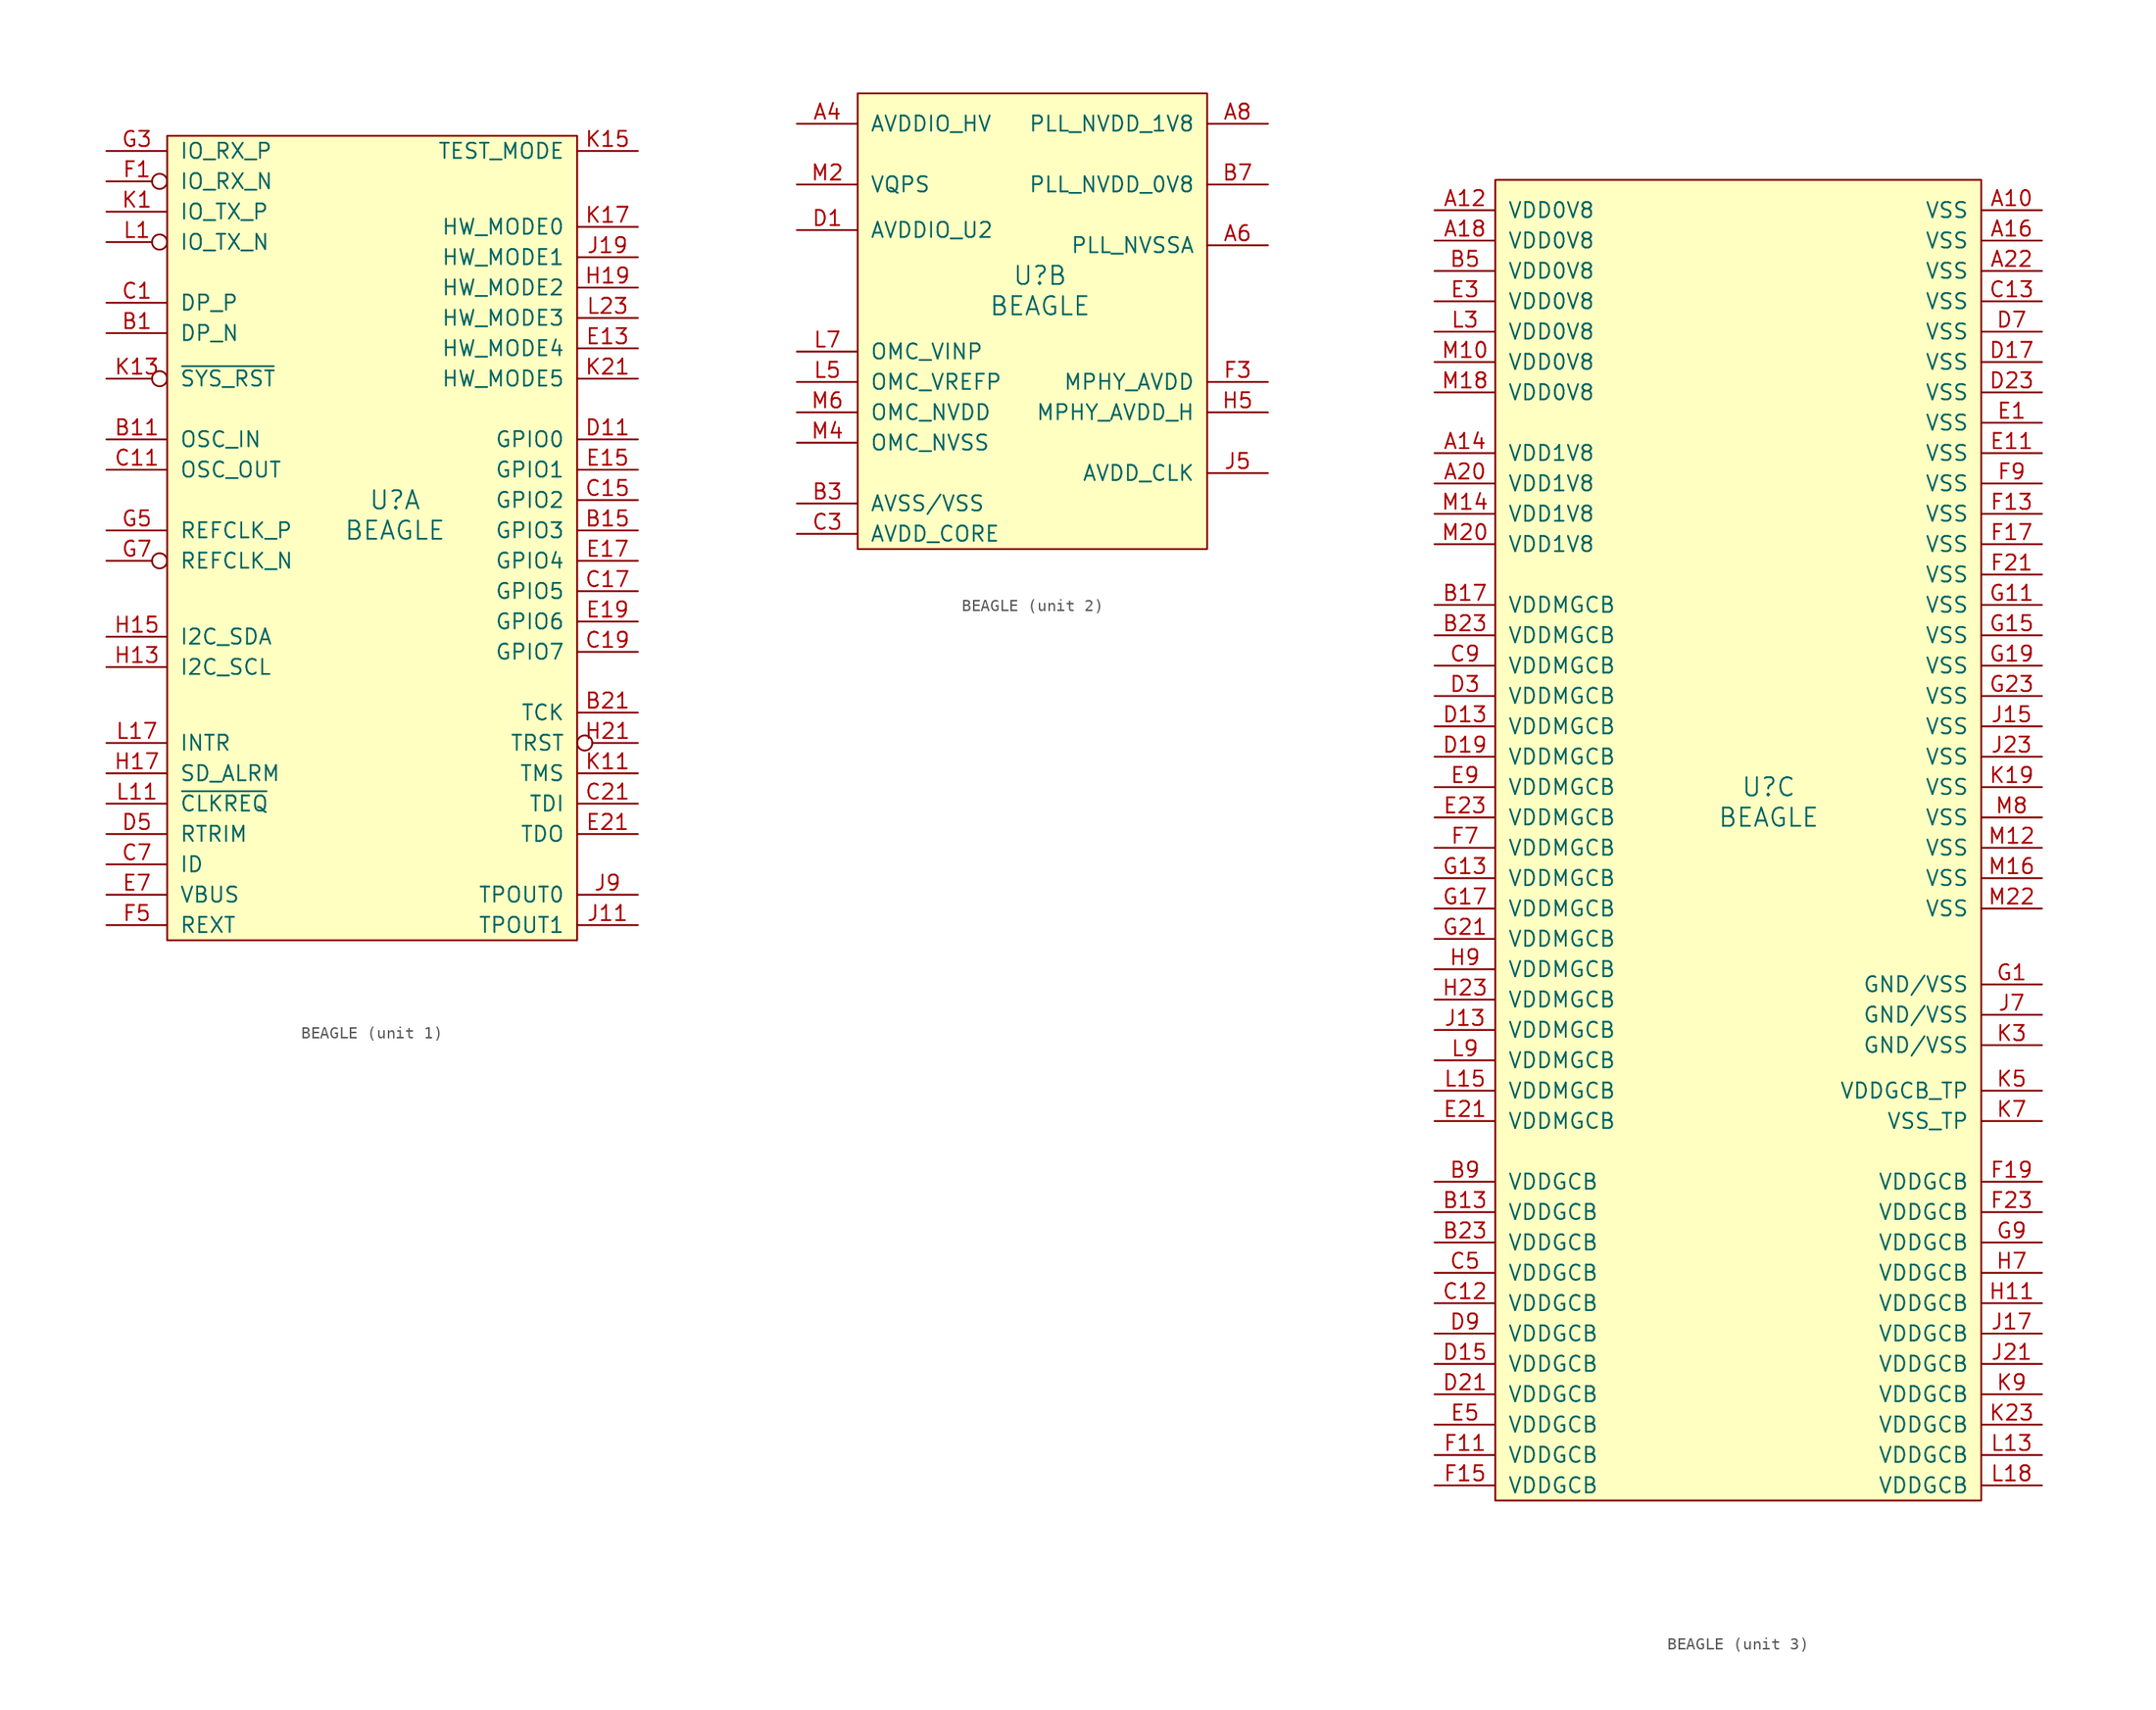
<source format=kicad_sym>
(kicad_symbol_lib
  (version 20220102)
  (generator kicad_symbol_editor)
  (symbol "BEAGLE"
    (pin_names
      (offset 1.016))
    (property "Reference" "U"
      (at 1.27 1.27 0)
      (effects (font (size 1.524 1.524))))
    (property "Value" "BEAGLE"
      (at 1.27 -1.27 0)
      (effects (font (size 1.524 1.524))))
    (symbol "BEAGLE_1_1"
      (rectangle (start -17.78 31.75) (end 16.51 -35.56) (stroke (width 0) (type default)) (fill (type background)))
      (pin bidirectional line (at -22.86 15.24 0) (length 5.08) (name "DP_N" (effects (font (size 1.27 1.27)))) (number "B1" (effects (font (size 1.27 1.27)))))
      (pin passive line (at -22.86 6.35 0) (length 5.08) (name "OSC_IN" (effects (font (size 1.27 1.27)))) (number "B11" (effects (font (size 1.27 1.27)))))
      (pin input line (at 21.59 -1.27 180) (length 5.08) (name "GPIO3" (effects (font (size 1.27 1.27)))) (number "B15" (effects (font (size 1.27 1.27)))))
      (pin input line (at 21.59 -16.51 180) (length 5.08) (name "TCK" (effects (font (size 1.27 1.27)))) (number "B21" (effects (font (size 1.27 1.27)))))
      (pin bidirectional line (at -22.86 17.78 0) (length 5.08) (name "DP_P" (effects (font (size 1.27 1.27)))) (number "C1" (effects (font (size 1.27 1.27)))))
      (pin passive line (at -22.86 3.81 0) (length 5.08) (name "OSC_OUT" (effects (font (size 1.27 1.27)))) (number "C11" (effects (font (size 1.27 1.27)))))
      (pin input line (at 21.59 1.27 180) (length 5.08) (name "GPIO2" (effects (font (size 1.27 1.27)))) (number "C15" (effects (font (size 1.27 1.27)))))
      (pin input line (at 21.59 -6.35 180) (length 5.08) (name "GPIO5" (effects (font (size 1.27 1.27)))) (number "C17" (effects (font (size 1.27 1.27)))))
      (pin input line (at 21.59 -11.43 180) (length 5.08) (name "GPIO7" (effects (font (size 1.27 1.27)))) (number "C19" (effects (font (size 1.27 1.27)))))
      (pin output line (at 21.59 -24.13 180) (length 5.08) (name "TDI" (effects (font (size 1.27 1.27)))) (number "C21" (effects (font (size 1.27 1.27)))))
      (pin input line (at -22.86 -29.21 0) (length 5.08) (name "ID" (effects (font (size 1.27 1.27)))) (number "C7" (effects (font (size 1.27 1.27)))))
      (pin input line (at 21.59 6.35 180) (length 5.08) (name "GPIO0" (effects (font (size 1.27 1.27)))) (number "D11" (effects (font (size 1.27 1.27)))))
      (pin passive line (at -22.86 -26.67 0) (length 5.08) (name "RTRIM" (effects (font (size 1.27 1.27)))) (number "D5" (effects (font (size 1.27 1.27)))))
      (pin input line (at 21.59 13.97 180) (length 5.08) (name "HW_MODE4" (effects (font (size 1.27 1.27)))) (number "E13" (effects (font (size 1.27 1.27)))))
      (pin input line (at 21.59 3.81 180) (length 5.08) (name "GPIO1" (effects (font (size 1.27 1.27)))) (number "E15" (effects (font (size 1.27 1.27)))))
      (pin input line (at 21.59 -3.81 180) (length 5.08) (name "GPIO4" (effects (font (size 1.27 1.27)))) (number "E17" (effects (font (size 1.27 1.27)))))
      (pin input line (at 21.59 -8.89 180) (length 5.08) (name "GPIO6" (effects (font (size 1.27 1.27)))) (number "E19" (effects (font (size 1.27 1.27)))))
      (pin input line (at 21.59 -26.67 180) (length 5.08) (name "TDO" (effects (font (size 1.27 1.27)))) (number "E21" (effects (font (size 1.27 1.27)))))
      (pin input line (at -22.86 -31.75 0) (length 5.08) (name "VBUS" (effects (font (size 1.27 1.27)))) (number "E7" (effects (font (size 1.27 1.27)))))
      (pin input inverted (at -22.86 27.94 0) (length 5.08) (name "IO_RX_N" (effects (font (size 1.27 1.27)))) (number "F1" (effects (font (size 1.27 1.27)))))
      (pin passive line (at -22.86 -34.29 0) (length 5.08) (name "REXT" (effects (font (size 1.27 1.27)))) (number "F5" (effects (font (size 1.27 1.27)))))
      (pin input line (at -22.86 30.48 0) (length 5.08) (name "IO_RX_P" (effects (font (size 1.27 1.27)))) (number "G3" (effects (font (size 1.27 1.27)))))
      (pin input line (at -22.86 -1.27 0) (length 5.08) (name "REFCLK_P" (effects (font (size 1.27 1.27)))) (number "G5" (effects (font (size 1.27 1.27)))))
      (pin input inverted (at -22.86 -3.81 0) (length 5.08) (name "REFCLK_N" (effects (font (size 1.27 1.27)))) (number "G7" (effects (font (size 1.27 1.27)))))
      (pin input line (at -22.86 -12.7 0) (length 5.08) (name "I2C_SCL" (effects (font (size 1.27 1.27)))) (number "H13" (effects (font (size 1.27 1.27)))))
      (pin bidirectional line (at -22.86 -10.16 0) (length 5.08) (name "I2C_SDA" (effects (font (size 1.27 1.27)))) (number "H15" (effects (font (size 1.27 1.27)))))
      (pin input line (at -22.86 -21.59 0) (length 5.08) (name "SD_ALRM" (effects (font (size 1.27 1.27)))) (number "H17" (effects (font (size 1.27 1.27)))))
      (pin input line (at 21.59 19.05 180) (length 5.08) (name "HW_MODE2" (effects (font (size 1.27 1.27)))) (number "H19" (effects (font (size 1.27 1.27)))))
      (pin input inverted (at 21.59 -19.05 180) (length 5.08) (name "TRST" (effects (font (size 1.27 1.27)))) (number "H21" (effects (font (size 1.27 1.27)))))
      (pin passive line (at 21.59 -34.29 180) (length 5.08) (name "TPOUT1" (effects (font (size 1.27 1.27)))) (number "J11" (effects (font (size 1.27 1.27)))))
      (pin input line (at 21.59 21.59 180) (length 5.08) (name "HW_MODE1" (effects (font (size 1.27 1.27)))) (number "J19" (effects (font (size 1.27 1.27)))))
      (pin passive line (at 21.59 -31.75 180) (length 5.08) (name "TPOUT0" (effects (font (size 1.27 1.27)))) (number "J9" (effects (font (size 1.27 1.27)))))
      (pin output line (at -22.86 25.4 0) (length 5.08) (name "IO_TX_P" (effects (font (size 1.27 1.27)))) (number "K1" (effects (font (size 1.27 1.27)))))
      (pin input line (at 21.59 -21.59 180) (length 5.08) (name "TMS" (effects (font (size 1.27 1.27)))) (number "K11" (effects (font (size 1.27 1.27)))))
      (pin input inverted (at -22.86 11.43 0) (length 5.08) (name "~{SYS_RST}" (effects (font (size 1.27 1.27)))) (number "K13" (effects (font (size 1.27 1.27)))))
      (pin input line (at 21.59 30.48 180) (length 5.08) (name "TEST_MODE" (effects (font (size 1.27 1.27)))) (number "K15" (effects (font (size 1.27 1.27)))))
      (pin input line (at 21.59 24.13 180) (length 5.08) (name "HW_MODE0" (effects (font (size 1.27 1.27)))) (number "K17" (effects (font (size 1.27 1.27)))))
      (pin input line (at 21.59 11.43 180) (length 5.08) (name "HW_MODE5" (effects (font (size 1.27 1.27)))) (number "K21" (effects (font (size 1.27 1.27)))))
      (pin output inverted (at -22.86 22.86 0) (length 5.08) (name "IO_TX_N" (effects (font (size 1.27 1.27)))) (number "L1" (effects (font (size 1.27 1.27)))))
      (pin input line (at -22.86 -24.13 0) (length 5.08) (name "~{CLKREQ}" (effects (font (size 1.27 1.27)))) (number "L11" (effects (font (size 1.27 1.27)))))
      (pin input line (at -22.86 -19.05 0) (length 5.08) (name "INTR" (effects (font (size 1.27 1.27)))) (number "L17" (effects (font (size 1.27 1.27)))))
      (pin input line (at 21.59 16.51 180) (length 5.08) (name "HW_MODE3" (effects (font (size 1.27 1.27)))) (number "L23" (effects (font (size 1.27 1.27))))))
    (symbol "BEAGLE_2_1"
      (rectangle (start -13.97 16.51) (end 15.24 -21.59) (stroke (width 0) (type default)) (fill (type background)))
      (pin bidirectional line (at -19.05 13.97 0) (length 5.08) (name "AVDDIO_HV" (effects (font (size 1.27 1.27)))) (number "A4" (effects (font (size 1.27 1.27)))))
      (pin input line (at 20.32 3.81 180) (length 5.08) (name "PLL_NVSSA" (effects (font (size 1.27 1.27)))) (number "A6" (effects (font (size 1.27 1.27)))))
      (pin power_in line (at 20.32 13.97 180) (length 5.08) (name "PLL_NVDD_1V8" (effects (font (size 1.27 1.27)))) (number "A8" (effects (font (size 1.27 1.27)))))
      (pin input line (at -19.05 -17.78 0) (length 5.08) (name "AVSS/VSS" (effects (font (size 1.27 1.27)))) (number "B3" (effects (font (size 1.27 1.27)))))
      (pin power_in line (at 20.32 8.89 180) (length 5.08) (name "PLL_NVDD_0V8" (effects (font (size 1.27 1.27)))) (number "B7" (effects (font (size 1.27 1.27)))))
      (pin input line (at -19.05 -20.32 0) (length 5.08) (name "AVDD_CORE" (effects (font (size 1.27 1.27)))) (number "C3" (effects (font (size 1.27 1.27)))))
      (pin power_in line (at -19.05 5.08 0) (length 5.08) (name "AVDDIO_U2" (effects (font (size 1.27 1.27)))) (number "D1" (effects (font (size 1.27 1.27)))))
      (pin power_in line (at 20.32 -7.62 180) (length 5.08) (name "MPHY_AVDD" (effects (font (size 1.27 1.27)))) (number "F3" (effects (font (size 1.27 1.27)))))
      (pin power_in line (at 20.32 -10.16 180) (length 5.08) (name "MPHY_AVDD_H" (effects (font (size 1.27 1.27)))) (number "H5" (effects (font (size 1.27 1.27)))))
      (pin power_in line (at 20.32 -15.24 180) (length 5.08) (name "AVDD_CLK" (effects (font (size 1.27 1.27)))) (number "J5" (effects (font (size 1.27 1.27)))))
      (pin input line (at -19.05 -7.62 0) (length 5.08) (name "OMC_VREFP" (effects (font (size 1.27 1.27)))) (number "L5" (effects (font (size 1.27 1.27)))))
      (pin power_in line (at -19.05 -5.08 0) (length 5.08) (name "OMC_VINP" (effects (font (size 1.27 1.27)))) (number "L7" (effects (font (size 1.27 1.27)))))
      (pin power_in line (at -19.05 8.89 0) (length 5.08) (name "VQPS" (effects (font (size 1.27 1.27)))) (number "M2" (effects (font (size 1.27 1.27)))))
      (pin power_in line (at -19.05 -12.7 0) (length 5.08) (name "OMC_NVSS" (effects (font (size 1.27 1.27)))) (number "M4" (effects (font (size 1.27 1.27)))))
      (pin power_in line (at -19.05 -10.16 0) (length 5.08) (name "OMC_NVDD" (effects (font (size 1.27 1.27)))) (number "M6" (effects (font (size 1.27 1.27))))))
    (symbol "BEAGLE_3_1"
      (rectangle (start -21.59 52.07) (end 19.05 -58.42) (stroke (width 0) (type default)) (fill (type background)))
      (pin input line (at 24.13 49.53 180) (length 5.08) (name "VSS" (effects (font (size 1.27 1.27)))) (number "A10" (effects (font (size 1.27 1.27)))))
      (pin power_in line (at -26.67 49.53 0) (length 5.08) (name "VDD0V8" (effects (font (size 1.27 1.27)))) (number "A12" (effects (font (size 1.27 1.27)))))
      (pin power_in line (at -26.67 29.21 0) (length 5.08) (name "VDD1V8" (effects (font (size 1.27 1.27)))) (number "A14" (effects (font (size 1.27 1.27)))))
      (pin input line (at 24.13 46.99 180) (length 5.08) (name "VSS" (effects (font (size 1.27 1.27)))) (number "A16" (effects (font (size 1.27 1.27)))))
      (pin power_in line (at -26.67 46.99 0) (length 5.08) (name "VDD0V8" (effects (font (size 1.27 1.27)))) (number "A18" (effects (font (size 1.27 1.27)))))
      (pin power_in line (at -26.67 26.67 0) (length 5.08) (name "VDD1V8" (effects (font (size 1.27 1.27)))) (number "A20" (effects (font (size 1.27 1.27)))))
      (pin input line (at 24.13 44.45 180) (length 5.08) (name "VSS" (effects (font (size 1.27 1.27)))) (number "A22" (effects (font (size 1.27 1.27)))))
      (pin power_in line (at -26.67 -34.29 0) (length 5.08) (name "VDDGCB" (effects (font (size 1.27 1.27)))) (number "B13" (effects (font (size 1.27 1.27)))))
      (pin power_in line (at -26.67 16.51 0) (length 5.08) (name "VDDMGCB" (effects (font (size 1.27 1.27)))) (number "B17" (effects (font (size 1.27 1.27)))))
      (pin power_in line (at -26.67 -36.83 0) (length 5.08) (name "VDDGCB" (effects (font (size 1.27 1.27)))) (number "B23" (effects (font (size 1.27 1.27)))))
      (pin power_in line (at -26.67 13.97 0) (length 5.08) (name "VDDMGCB" (effects (font (size 1.27 1.27)))) (number "B23" (effects (font (size 1.27 1.27)))))
      (pin power_in line (at -26.67 44.45 0) (length 5.08) (name "VDD0V8" (effects (font (size 1.27 1.27)))) (number "B5" (effects (font (size 1.27 1.27)))))
      (pin power_in line (at -26.67 -31.75 0) (length 5.08) (name "VDDGCB" (effects (font (size 1.27 1.27)))) (number "B9" (effects (font (size 1.27 1.27)))))
      (pin power_in line (at -26.67 -41.91 0) (length 5.08) (name "VDDGCB" (effects (font (size 1.27 1.27)))) (number "C12" (effects (font (size 1.27 1.27)))))
      (pin input line (at 24.13 41.91 180) (length 5.08) (name "VSS" (effects (font (size 1.27 1.27)))) (number "C13" (effects (font (size 1.27 1.27)))))
      (pin power_in line (at -26.67 -39.37 0) (length 5.08) (name "VDDGCB" (effects (font (size 1.27 1.27)))) (number "C5" (effects (font (size 1.27 1.27)))))
      (pin power_in line (at -26.67 11.43 0) (length 5.08) (name "VDDMGCB" (effects (font (size 1.27 1.27)))) (number "C9" (effects (font (size 1.27 1.27)))))
      (pin power_in line (at -26.67 6.35 0) (length 5.08) (name "VDDMGCB" (effects (font (size 1.27 1.27)))) (number "D13" (effects (font (size 1.27 1.27)))))
      (pin power_in line (at -26.67 -46.99 0) (length 5.08) (name "VDDGCB" (effects (font (size 1.27 1.27)))) (number "D15" (effects (font (size 1.27 1.27)))))
      (pin input line (at 24.13 36.83 180) (length 5.08) (name "VSS" (effects (font (size 1.27 1.27)))) (number "D17" (effects (font (size 1.27 1.27)))))
      (pin power_in line (at -26.67 3.81 0) (length 5.08) (name "VDDMGCB" (effects (font (size 1.27 1.27)))) (number "D19" (effects (font (size 1.27 1.27)))))
      (pin power_in line (at -26.67 -49.53 0) (length 5.08) (name "VDDGCB" (effects (font (size 1.27 1.27)))) (number "D21" (effects (font (size 1.27 1.27)))))
      (pin input line (at 24.13 34.29 180) (length 5.08) (name "VSS" (effects (font (size 1.27 1.27)))) (number "D23" (effects (font (size 1.27 1.27)))))
      (pin power_in line (at -26.67 8.89 0) (length 5.08) (name "VDDMGCB" (effects (font (size 1.27 1.27)))) (number "D3" (effects (font (size 1.27 1.27)))))
      (pin input line (at 24.13 39.37 180) (length 5.08) (name "VSS" (effects (font (size 1.27 1.27)))) (number "D7" (effects (font (size 1.27 1.27)))))
      (pin power_in line (at -26.67 -44.45 0) (length 5.08) (name "VDDGCB" (effects (font (size 1.27 1.27)))) (number "D9" (effects (font (size 1.27 1.27)))))
      (pin input line (at 24.13 31.75 180) (length 5.08) (name "VSS" (effects (font (size 1.27 1.27)))) (number "E1" (effects (font (size 1.27 1.27)))))
      (pin input line (at 24.13 29.21 180) (length 5.08) (name "VSS" (effects (font (size 1.27 1.27)))) (number "E11" (effects (font (size 1.27 1.27)))))
      (pin power_in line (at -26.67 -26.67 0) (length 5.08) (name "VDDMGCB" (effects (font (size 1.27 1.27)))) (number "E21" (effects (font (size 1.27 1.27)))))
      (pin power_in line (at -26.67 -1.27 0) (length 5.08) (name "VDDMGCB" (effects (font (size 1.27 1.27)))) (number "E23" (effects (font (size 1.27 1.27)))))
      (pin power_in line (at -26.67 41.91 0) (length 5.08) (name "VDD0V8" (effects (font (size 1.27 1.27)))) (number "E3" (effects (font (size 1.27 1.27)))))
      (pin power_in line (at -26.67 -52.07 0) (length 5.08) (name "VDDGCB" (effects (font (size 1.27 1.27)))) (number "E5" (effects (font (size 1.27 1.27)))))
      (pin power_in line (at -26.67 1.27 0) (length 5.08) (name "VDDMGCB" (effects (font (size 1.27 1.27)))) (number "E9" (effects (font (size 1.27 1.27)))))
      (pin power_in line (at -26.67 -54.61 0) (length 5.08) (name "VDDGCB" (effects (font (size 1.27 1.27)))) (number "F11" (effects (font (size 1.27 1.27)))))
      (pin input line (at 24.13 24.13 180) (length 5.08) (name "VSS" (effects (font (size 1.27 1.27)))) (number "F13" (effects (font (size 1.27 1.27)))))
      (pin power_in line (at -26.67 -57.15 0) (length 5.08) (name "VDDGCB" (effects (font (size 1.27 1.27)))) (number "F15" (effects (font (size 1.27 1.27)))))
      (pin input line (at 24.13 21.59 180) (length 5.08) (name "VSS" (effects (font (size 1.27 1.27)))) (number "F17" (effects (font (size 1.27 1.27)))))
      (pin power_in line (at 24.13 -31.75 180) (length 5.08) (name "VDDGCB" (effects (font (size 1.27 1.27)))) (number "F19" (effects (font (size 1.27 1.27)))))
      (pin input line (at 24.13 19.05 180) (length 5.08) (name "VSS" (effects (font (size 1.27 1.27)))) (number "F21" (effects (font (size 1.27 1.27)))))
      (pin power_in line (at 24.13 -34.29 180) (length 5.08) (name "VDDGCB" (effects (font (size 1.27 1.27)))) (number "F23" (effects (font (size 1.27 1.27)))))
      (pin power_in line (at -26.67 -3.81 0) (length 5.08) (name "VDDMGCB" (effects (font (size 1.27 1.27)))) (number "F7" (effects (font (size 1.27 1.27)))))
      (pin input line (at 24.13 26.67 180) (length 5.08) (name "VSS" (effects (font (size 1.27 1.27)))) (number "F9" (effects (font (size 1.27 1.27)))))
      (pin power_in line (at 24.13 -15.24 180) (length 5.08) (name "GND/VSS" (effects (font (size 1.27 1.27)))) (number "G1" (effects (font (size 1.27 1.27)))))
      (pin input line (at 24.13 16.51 180) (length 5.08) (name "VSS" (effects (font (size 1.27 1.27)))) (number "G11" (effects (font (size 1.27 1.27)))))
      (pin power_in line (at -26.67 -6.35 0) (length 5.08) (name "VDDMGCB" (effects (font (size 1.27 1.27)))) (number "G13" (effects (font (size 1.27 1.27)))))
      (pin input line (at 24.13 13.97 180) (length 5.08) (name "VSS" (effects (font (size 1.27 1.27)))) (number "G15" (effects (font (size 1.27 1.27)))))
      (pin power_in line (at -26.67 -8.89 0) (length 5.08) (name "VDDMGCB" (effects (font (size 1.27 1.27)))) (number "G17" (effects (font (size 1.27 1.27)))))
      (pin input line (at 24.13 11.43 180) (length 5.08) (name "VSS" (effects (font (size 1.27 1.27)))) (number "G19" (effects (font (size 1.27 1.27)))))
      (pin power_in line (at -26.67 -11.43 0) (length 5.08) (name "VDDMGCB" (effects (font (size 1.27 1.27)))) (number "G21" (effects (font (size 1.27 1.27)))))
      (pin power_in line (at 24.13 8.89 180) (length 5.08) (name "VSS" (effects (font (size 1.27 1.27)))) (number "G23" (effects (font (size 1.27 1.27)))))
      (pin power_in line (at 24.13 -36.83 180) (length 5.08) (name "VDDGCB" (effects (font (size 1.27 1.27)))) (number "G9" (effects (font (size 1.27 1.27)))))
      (pin power_in line (at 24.13 -41.91 180) (length 5.08) (name "VDDGCB" (effects (font (size 1.27 1.27)))) (number "H11" (effects (font (size 1.27 1.27)))))
      (pin power_in line (at -26.67 -16.51 0) (length 5.08) (name "VDDMGCB" (effects (font (size 1.27 1.27)))) (number "H23" (effects (font (size 1.27 1.27)))))
      (pin power_in line (at 24.13 -39.37 180) (length 5.08) (name "VDDGCB" (effects (font (size 1.27 1.27)))) (number "H7" (effects (font (size 1.27 1.27)))))
      (pin power_in line (at -26.67 -13.97 0) (length 5.08) (name "VDDMGCB" (effects (font (size 1.27 1.27)))) (number "H9" (effects (font (size 1.27 1.27)))))
      (pin power_in line (at -26.67 -19.05 0) (length 5.08) (name "VDDMGCB" (effects (font (size 1.27 1.27)))) (number "J13" (effects (font (size 1.27 1.27)))))
      (pin input line (at 24.13 6.35 180) (length 5.08) (name "VSS" (effects (font (size 1.27 1.27)))) (number "J15" (effects (font (size 1.27 1.27)))))
      (pin power_in line (at 24.13 -44.45 180) (length 5.08) (name "VDDGCB" (effects (font (size 1.27 1.27)))) (number "J17" (effects (font (size 1.27 1.27)))))
      (pin power_in line (at 24.13 -46.99 180) (length 5.08) (name "VDDGCB" (effects (font (size 1.27 1.27)))) (number "J21" (effects (font (size 1.27 1.27)))))
      (pin input line (at 24.13 3.81 180) (length 5.08) (name "VSS" (effects (font (size 1.27 1.27)))) (number "J23" (effects (font (size 1.27 1.27)))))
      (pin power_in line (at 24.13 -17.78 180) (length 5.08) (name "GND/VSS" (effects (font (size 1.27 1.27)))) (number "J7" (effects (font (size 1.27 1.27)))))
      (pin input line (at 24.13 1.27 180) (length 5.08) (name "VSS" (effects (font (size 1.27 1.27)))) (number "K19" (effects (font (size 1.27 1.27)))))
      (pin power_in line (at 24.13 -52.07 180) (length 5.08) (name "VDDGCB" (effects (font (size 1.27 1.27)))) (number "K23" (effects (font (size 1.27 1.27)))))
      (pin power_in line (at 24.13 -20.32 180) (length 5.08) (name "GND/VSS" (effects (font (size 1.27 1.27)))) (number "K3" (effects (font (size 1.27 1.27)))))
      (pin output line (at 24.13 -24.13 180) (length 5.08) (name "VDDGCB_TP" (effects (font (size 1.27 1.27)))) (number "K5" (effects (font (size 1.27 1.27)))))
      (pin power_in line (at 24.13 -26.67 180) (length 5.08) (name "VSS_TP" (effects (font (size 1.27 1.27)))) (number "K7" (effects (font (size 1.27 1.27)))))
      (pin power_in line (at 24.13 -49.53 180) (length 5.08) (name "VDDGCB" (effects (font (size 1.27 1.27)))) (number "K9" (effects (font (size 1.27 1.27)))))
      (pin power_in line (at 24.13 -54.61 180) (length 5.08) (name "VDDGCB" (effects (font (size 1.27 1.27)))) (number "L13" (effects (font (size 1.27 1.27)))))
      (pin power_in line (at -26.67 -24.13 0) (length 5.08) (name "VDDMGCB" (effects (font (size 1.27 1.27)))) (number "L15" (effects (font (size 1.27 1.27)))))
      (pin power_in line (at 24.13 -57.15 180) (length 5.08) (name "VDDGCB" (effects (font (size 1.27 1.27)))) (number "L18" (effects (font (size 1.27 1.27)))))
      (pin power_in line (at -26.67 39.37 0) (length 5.08) (name "VDD0V8" (effects (font (size 1.27 1.27)))) (number "L3" (effects (font (size 1.27 1.27)))))
      (pin power_in line (at -26.67 -21.59 0) (length 5.08) (name "VDDMGCB" (effects (font (size 1.27 1.27)))) (number "L9" (effects (font (size 1.27 1.27)))))
      (pin power_in line (at -26.67 36.83 0) (length 5.08) (name "VDD0V8" (effects (font (size 1.27 1.27)))) (number "M10" (effects (font (size 1.27 1.27)))))
      (pin input line (at 24.13 -3.81 180) (length 5.08) (name "VSS" (effects (font (size 1.27 1.27)))) (number "M12" (effects (font (size 1.27 1.27)))))
      (pin power_in line (at -26.67 24.13 0) (length 5.08) (name "VDD1V8" (effects (font (size 1.27 1.27)))) (number "M14" (effects (font (size 1.27 1.27)))))
      (pin input line (at 24.13 -6.35 180) (length 5.08) (name "VSS" (effects (font (size 1.27 1.27)))) (number "M16" (effects (font (size 1.27 1.27)))))
      (pin power_in line (at -26.67 34.29 0) (length 5.08) (name "VDD0V8" (effects (font (size 1.27 1.27)))) (number "M18" (effects (font (size 1.27 1.27)))))
      (pin power_in line (at -26.67 21.59 0) (length 5.08) (name "VDD1V8" (effects (font (size 1.27 1.27)))) (number "M20" (effects (font (size 1.27 1.27)))))
      (pin input line (at 24.13 -8.89 180) (length 5.08) (name "VSS" (effects (font (size 1.27 1.27)))) (number "M22" (effects (font (size 1.27 1.27)))))
      (pin input line (at 24.13 -1.27 180) (length 5.08) (name "VSS" (effects (font (size 1.27 1.27)))) (number "M8" (effects (font (size 1.27 1.27))))))))
</source>
